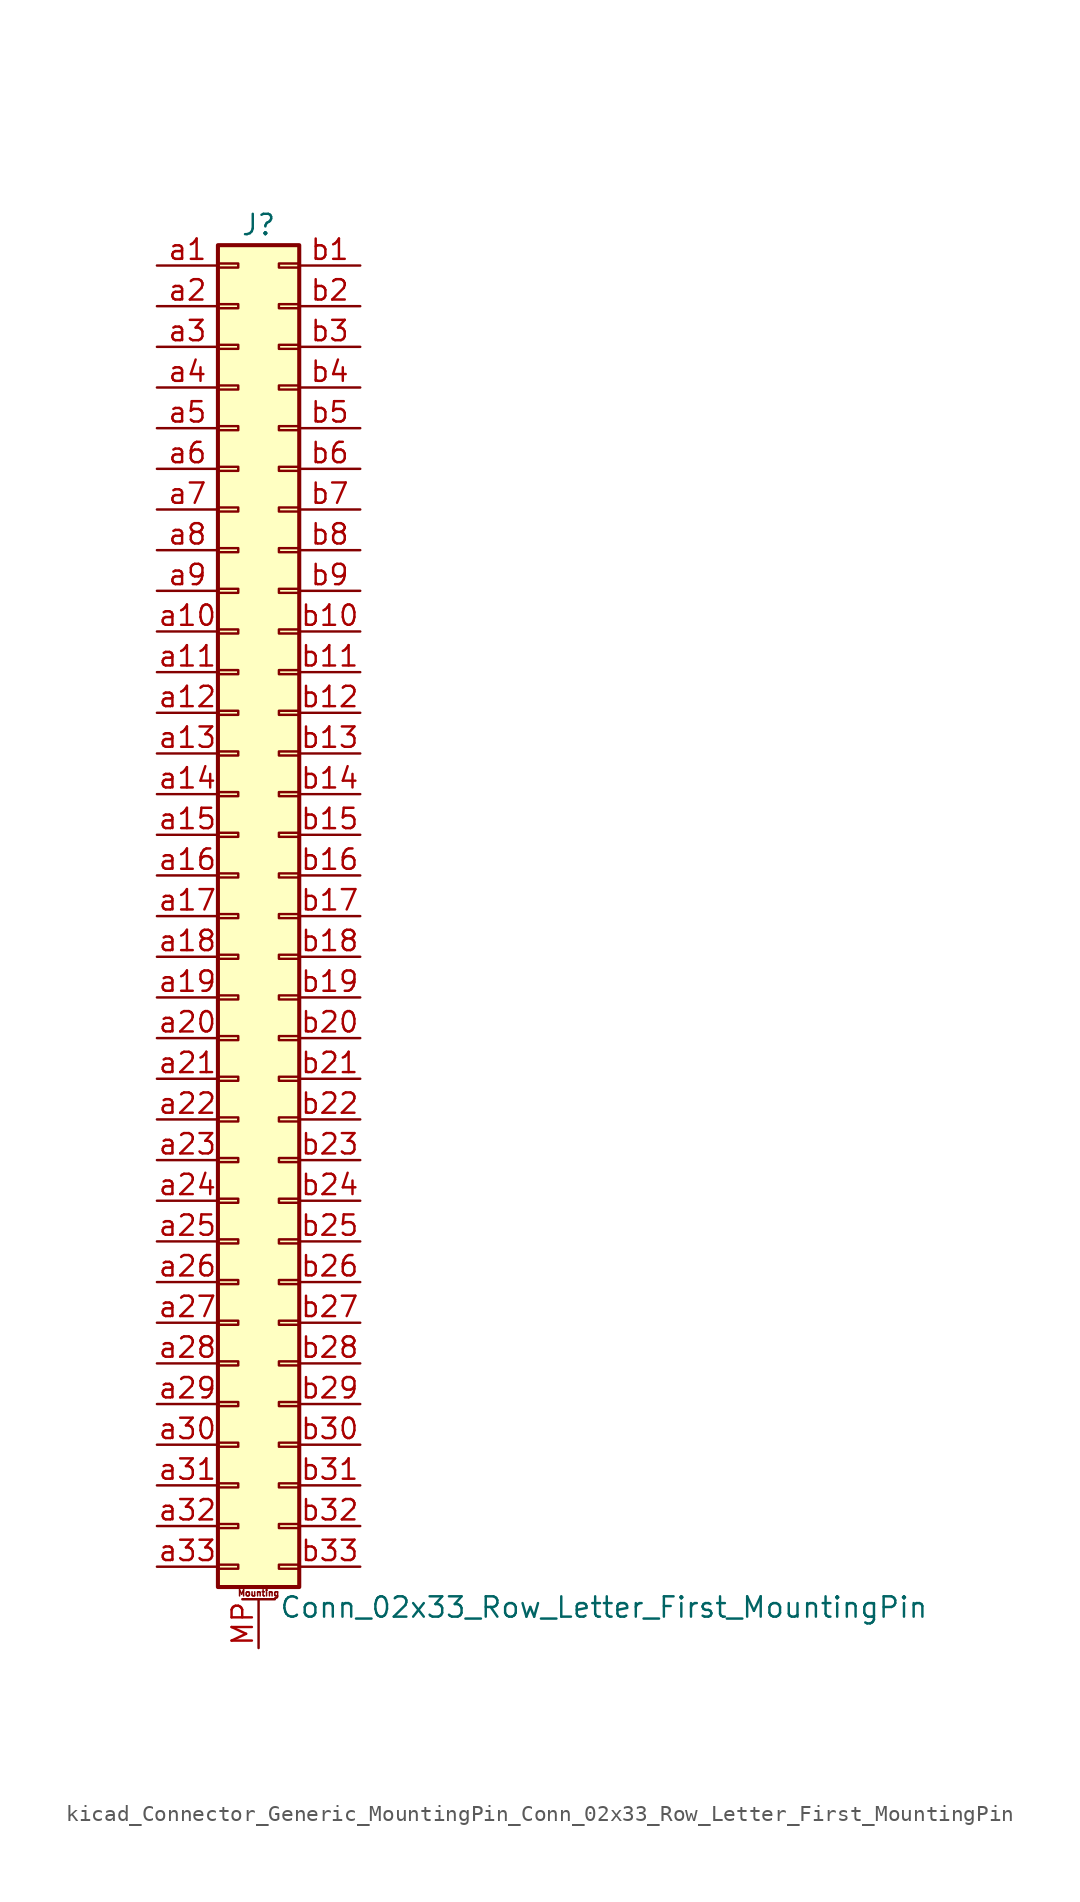
<source format=kicad_sym>
(kicad_symbol_lib
  (version 20220914)
  (generator kicad_symbol_editor)
  (symbol "kicad_Connector_Generic_MountingPin_Conn_02x33_Row_Letter_First_MountingPin"
    (pin_names
      (offset 1.016) hide)
    (property "Reference" "J"
      (at 1.27 43.18 0)
      (effects (font (size 1.27 1.27))))
    (property "Value" "Conn_02x33_Row_Letter_First_MountingPin"
      (at 2.54 -43.18 0)
      (effects (font (size 1.27 1.27)) (justify left)))
    (symbol "kicad_Connector_Generic_MountingPin_Conn_02x33_Row_Letter_First_MountingPin_1_1"
      (rectangle (start -1.27 -40.513) (end 0 -40.767) (stroke (width 0.152) (type default)) (fill (type none)))
      (rectangle (start -1.27 -37.973) (end 0 -38.227) (stroke (width 0.152) (type default)) (fill (type none)))
      (rectangle (start -1.27 -35.433) (end 0 -35.687) (stroke (width 0.152) (type default)) (fill (type none)))
      (rectangle (start -1.27 -32.893) (end 0 -33.147) (stroke (width 0.152) (type default)) (fill (type none)))
      (rectangle (start -1.27 -30.353) (end 0 -30.607) (stroke (width 0.152) (type default)) (fill (type none)))
      (rectangle (start -1.27 -27.813) (end 0 -28.067) (stroke (width 0.152) (type default)) (fill (type none)))
      (rectangle (start -1.27 -25.273) (end 0 -25.527) (stroke (width 0.152) (type default)) (fill (type none)))
      (rectangle (start -1.27 -22.733) (end 0 -22.987) (stroke (width 0.152) (type default)) (fill (type none)))
      (rectangle (start -1.27 -20.193) (end 0 -20.447) (stroke (width 0.152) (type default)) (fill (type none)))
      (rectangle (start -1.27 -17.653) (end 0 -17.907) (stroke (width 0.152) (type default)) (fill (type none)))
      (rectangle (start -1.27 -15.113) (end 0 -15.367) (stroke (width 0.152) (type default)) (fill (type none)))
      (rectangle (start -1.27 -12.573) (end 0 -12.827) (stroke (width 0.152) (type default)) (fill (type none)))
      (rectangle (start -1.27 -10.033) (end 0 -10.287) (stroke (width 0.152) (type default)) (fill (type none)))
      (rectangle (start -1.27 -7.493) (end 0 -7.747) (stroke (width 0.152) (type default)) (fill (type none)))
      (rectangle (start -1.27 -4.953) (end 0 -5.207) (stroke (width 0.152) (type default)) (fill (type none)))
      (rectangle (start -1.27 -2.413) (end 0 -2.667) (stroke (width 0.152) (type default)) (fill (type none)))
      (rectangle (start -1.27 0.127) (end 0 -0.127) (stroke (width 0.152) (type default)) (fill (type none)))
      (rectangle (start -1.27 2.667) (end 0 2.413) (stroke (width 0.152) (type default)) (fill (type none)))
      (rectangle (start -1.27 5.207) (end 0 4.953) (stroke (width 0.152) (type default)) (fill (type none)))
      (rectangle (start -1.27 7.747) (end 0 7.493) (stroke (width 0.152) (type default)) (fill (type none)))
      (rectangle (start -1.27 10.287) (end 0 10.033) (stroke (width 0.152) (type default)) (fill (type none)))
      (rectangle (start -1.27 12.827) (end 0 12.573) (stroke (width 0.152) (type default)) (fill (type none)))
      (rectangle (start -1.27 15.367) (end 0 15.113) (stroke (width 0.152) (type default)) (fill (type none)))
      (rectangle (start -1.27 17.907) (end 0 17.653) (stroke (width 0.152) (type default)) (fill (type none)))
      (rectangle (start -1.27 20.447) (end 0 20.193) (stroke (width 0.152) (type default)) (fill (type none)))
      (rectangle (start -1.27 22.987) (end 0 22.733) (stroke (width 0.152) (type default)) (fill (type none)))
      (rectangle (start -1.27 25.527) (end 0 25.273) (stroke (width 0.152) (type default)) (fill (type none)))
      (rectangle (start -1.27 28.067) (end 0 27.813) (stroke (width 0.152) (type default)) (fill (type none)))
      (rectangle (start -1.27 30.607) (end 0 30.353) (stroke (width 0.152) (type default)) (fill (type none)))
      (rectangle (start -1.27 33.147) (end 0 32.893) (stroke (width 0.152) (type default)) (fill (type none)))
      (rectangle (start -1.27 35.687) (end 0 35.433) (stroke (width 0.152) (type default)) (fill (type none)))
      (rectangle (start -1.27 38.227) (end 0 37.973) (stroke (width 0.152) (type default)) (fill (type none)))
      (rectangle (start -1.27 40.767) (end 0 40.513) (stroke (width 0.152) (type default)) (fill (type none)))
      (rectangle (start -1.27 41.91) (end 3.81 -41.91) (stroke (width 0.254) (type default)) (fill (type background)))
      (polyline (pts (xy 0.254 -42.672) (xy 2.286 -42.672)) (stroke (width 0.152) (type default)) (fill (type none)))
      (rectangle (start 3.81 -40.513) (end 2.54 -40.767) (stroke (width 0.152) (type default)) (fill (type none)))
      (rectangle (start 3.81 -37.973) (end 2.54 -38.227) (stroke (width 0.152) (type default)) (fill (type none)))
      (rectangle (start 3.81 -35.433) (end 2.54 -35.687) (stroke (width 0.152) (type default)) (fill (type none)))
      (rectangle (start 3.81 -32.893) (end 2.54 -33.147) (stroke (width 0.152) (type default)) (fill (type none)))
      (rectangle (start 3.81 -30.353) (end 2.54 -30.607) (stroke (width 0.152) (type default)) (fill (type none)))
      (rectangle (start 3.81 -27.813) (end 2.54 -28.067) (stroke (width 0.152) (type default)) (fill (type none)))
      (rectangle (start 3.81 -25.273) (end 2.54 -25.527) (stroke (width 0.152) (type default)) (fill (type none)))
      (rectangle (start 3.81 -22.733) (end 2.54 -22.987) (stroke (width 0.152) (type default)) (fill (type none)))
      (rectangle (start 3.81 -20.193) (end 2.54 -20.447) (stroke (width 0.152) (type default)) (fill (type none)))
      (rectangle (start 3.81 -17.653) (end 2.54 -17.907) (stroke (width 0.152) (type default)) (fill (type none)))
      (rectangle (start 3.81 -15.113) (end 2.54 -15.367) (stroke (width 0.152) (type default)) (fill (type none)))
      (rectangle (start 3.81 -12.573) (end 2.54 -12.827) (stroke (width 0.152) (type default)) (fill (type none)))
      (rectangle (start 3.81 -10.033) (end 2.54 -10.287) (stroke (width 0.152) (type default)) (fill (type none)))
      (rectangle (start 3.81 -7.493) (end 2.54 -7.747) (stroke (width 0.152) (type default)) (fill (type none)))
      (rectangle (start 3.81 -4.953) (end 2.54 -5.207) (stroke (width 0.152) (type default)) (fill (type none)))
      (rectangle (start 3.81 -2.413) (end 2.54 -2.667) (stroke (width 0.152) (type default)) (fill (type none)))
      (rectangle (start 3.81 0.127) (end 2.54 -0.127) (stroke (width 0.152) (type default)) (fill (type none)))
      (rectangle (start 3.81 2.667) (end 2.54 2.413) (stroke (width 0.152) (type default)) (fill (type none)))
      (rectangle (start 3.81 5.207) (end 2.54 4.953) (stroke (width 0.152) (type default)) (fill (type none)))
      (rectangle (start 3.81 7.747) (end 2.54 7.493) (stroke (width 0.152) (type default)) (fill (type none)))
      (rectangle (start 3.81 10.287) (end 2.54 10.033) (stroke (width 0.152) (type default)) (fill (type none)))
      (rectangle (start 3.81 12.827) (end 2.54 12.573) (stroke (width 0.152) (type default)) (fill (type none)))
      (rectangle (start 3.81 15.367) (end 2.54 15.113) (stroke (width 0.152) (type default)) (fill (type none)))
      (rectangle (start 3.81 17.907) (end 2.54 17.653) (stroke (width 0.152) (type default)) (fill (type none)))
      (rectangle (start 3.81 20.447) (end 2.54 20.193) (stroke (width 0.152) (type default)) (fill (type none)))
      (rectangle (start 3.81 22.987) (end 2.54 22.733) (stroke (width 0.152) (type default)) (fill (type none)))
      (rectangle (start 3.81 25.527) (end 2.54 25.273) (stroke (width 0.152) (type default)) (fill (type none)))
      (rectangle (start 3.81 28.067) (end 2.54 27.813) (stroke (width 0.152) (type default)) (fill (type none)))
      (rectangle (start 3.81 30.607) (end 2.54 30.353) (stroke (width 0.152) (type default)) (fill (type none)))
      (rectangle (start 3.81 33.147) (end 2.54 32.893) (stroke (width 0.152) (type default)) (fill (type none)))
      (rectangle (start 3.81 35.687) (end 2.54 35.433) (stroke (width 0.152) (type default)) (fill (type none)))
      (rectangle (start 3.81 38.227) (end 2.54 37.973) (stroke (width 0.152) (type default)) (fill (type none)))
      (rectangle (start 3.81 40.767) (end 2.54 40.513) (stroke (width 0.152) (type default)) (fill (type none)))
      (text "Mounting" (at 1.27 -42.291 0) (effects (font (size 0.381 0.381))))
      (pin passive line (at 1.27 -45.72 90) (length 3.048) (name "MountPin" (effects (font (size 1.27 1.27)))) (number "MP" (effects (font (size 1.27 1.27)))))
      (pin passive line (at -5.08 40.64 0) (length 3.81) (name "Pin_a1" (effects (font (size 1.27 1.27)))) (number "a1" (effects (font (size 1.27 1.27)))))
      (pin passive line (at -5.08 17.78 0) (length 3.81) (name "Pin_a10" (effects (font (size 1.27 1.27)))) (number "a10" (effects (font (size 1.27 1.27)))))
      (pin passive line (at -5.08 15.24 0) (length 3.81) (name "Pin_a11" (effects (font (size 1.27 1.27)))) (number "a11" (effects (font (size 1.27 1.27)))))
      (pin passive line (at -5.08 12.7 0) (length 3.81) (name "Pin_a12" (effects (font (size 1.27 1.27)))) (number "a12" (effects (font (size 1.27 1.27)))))
      (pin passive line (at -5.08 10.16 0) (length 3.81) (name "Pin_a13" (effects (font (size 1.27 1.27)))) (number "a13" (effects (font (size 1.27 1.27)))))
      (pin passive line (at -5.08 7.62 0) (length 3.81) (name "Pin_a14" (effects (font (size 1.27 1.27)))) (number "a14" (effects (font (size 1.27 1.27)))))
      (pin passive line (at -5.08 5.08 0) (length 3.81) (name "Pin_a15" (effects (font (size 1.27 1.27)))) (number "a15" (effects (font (size 1.27 1.27)))))
      (pin passive line (at -5.08 2.54 0) (length 3.81) (name "Pin_a16" (effects (font (size 1.27 1.27)))) (number "a16" (effects (font (size 1.27 1.27)))))
      (pin passive line (at -5.08 0 0) (length 3.81) (name "Pin_a17" (effects (font (size 1.27 1.27)))) (number "a17" (effects (font (size 1.27 1.27)))))
      (pin passive line (at -5.08 -2.54 0) (length 3.81) (name "Pin_a18" (effects (font (size 1.27 1.27)))) (number "a18" (effects (font (size 1.27 1.27)))))
      (pin passive line (at -5.08 -5.08 0) (length 3.81) (name "Pin_a19" (effects (font (size 1.27 1.27)))) (number "a19" (effects (font (size 1.27 1.27)))))
      (pin passive line (at -5.08 38.1 0) (length 3.81) (name "Pin_a2" (effects (font (size 1.27 1.27)))) (number "a2" (effects (font (size 1.27 1.27)))))
      (pin passive line (at -5.08 -7.62 0) (length 3.81) (name "Pin_a20" (effects (font (size 1.27 1.27)))) (number "a20" (effects (font (size 1.27 1.27)))))
      (pin passive line (at -5.08 -10.16 0) (length 3.81) (name "Pin_a21" (effects (font (size 1.27 1.27)))) (number "a21" (effects (font (size 1.27 1.27)))))
      (pin passive line (at -5.08 -12.7 0) (length 3.81) (name "Pin_a22" (effects (font (size 1.27 1.27)))) (number "a22" (effects (font (size 1.27 1.27)))))
      (pin passive line (at -5.08 -15.24 0) (length 3.81) (name "Pin_a23" (effects (font (size 1.27 1.27)))) (number "a23" (effects (font (size 1.27 1.27)))))
      (pin passive line (at -5.08 -17.78 0) (length 3.81) (name "Pin_a24" (effects (font (size 1.27 1.27)))) (number "a24" (effects (font (size 1.27 1.27)))))
      (pin passive line (at -5.08 -20.32 0) (length 3.81) (name "Pin_a25" (effects (font (size 1.27 1.27)))) (number "a25" (effects (font (size 1.27 1.27)))))
      (pin passive line (at -5.08 -22.86 0) (length 3.81) (name "Pin_a26" (effects (font (size 1.27 1.27)))) (number "a26" (effects (font (size 1.27 1.27)))))
      (pin passive line (at -5.08 -25.4 0) (length 3.81) (name "Pin_a27" (effects (font (size 1.27 1.27)))) (number "a27" (effects (font (size 1.27 1.27)))))
      (pin passive line (at -5.08 -27.94 0) (length 3.81) (name "Pin_a28" (effects (font (size 1.27 1.27)))) (number "a28" (effects (font (size 1.27 1.27)))))
      (pin passive line (at -5.08 -30.48 0) (length 3.81) (name "Pin_a29" (effects (font (size 1.27 1.27)))) (number "a29" (effects (font (size 1.27 1.27)))))
      (pin passive line (at -5.08 35.56 0) (length 3.81) (name "Pin_a3" (effects (font (size 1.27 1.27)))) (number "a3" (effects (font (size 1.27 1.27)))))
      (pin passive line (at -5.08 -33.02 0) (length 3.81) (name "Pin_a30" (effects (font (size 1.27 1.27)))) (number "a30" (effects (font (size 1.27 1.27)))))
      (pin passive line (at -5.08 -35.56 0) (length 3.81) (name "Pin_a31" (effects (font (size 1.27 1.27)))) (number "a31" (effects (font (size 1.27 1.27)))))
      (pin passive line (at -5.08 -38.1 0) (length 3.81) (name "Pin_a32" (effects (font (size 1.27 1.27)))) (number "a32" (effects (font (size 1.27 1.27)))))
      (pin passive line (at -5.08 -40.64 0) (length 3.81) (name "Pin_a33" (effects (font (size 1.27 1.27)))) (number "a33" (effects (font (size 1.27 1.27)))))
      (pin passive line (at -5.08 33.02 0) (length 3.81) (name "Pin_a4" (effects (font (size 1.27 1.27)))) (number "a4" (effects (font (size 1.27 1.27)))))
      (pin passive line (at -5.08 30.48 0) (length 3.81) (name "Pin_a5" (effects (font (size 1.27 1.27)))) (number "a5" (effects (font (size 1.27 1.27)))))
      (pin passive line (at -5.08 27.94 0) (length 3.81) (name "Pin_a6" (effects (font (size 1.27 1.27)))) (number "a6" (effects (font (size 1.27 1.27)))))
      (pin passive line (at -5.08 25.4 0) (length 3.81) (name "Pin_a7" (effects (font (size 1.27 1.27)))) (number "a7" (effects (font (size 1.27 1.27)))))
      (pin passive line (at -5.08 22.86 0) (length 3.81) (name "Pin_a8" (effects (font (size 1.27 1.27)))) (number "a8" (effects (font (size 1.27 1.27)))))
      (pin passive line (at -5.08 20.32 0) (length 3.81) (name "Pin_a9" (effects (font (size 1.27 1.27)))) (number "a9" (effects (font (size 1.27 1.27)))))
      (pin passive line (at 7.62 40.64 180) (length 3.81) (name "Pin_b1" (effects (font (size 1.27 1.27)))) (number "b1" (effects (font (size 1.27 1.27)))))
      (pin passive line (at 7.62 17.78 180) (length 3.81) (name "Pin_b10" (effects (font (size 1.27 1.27)))) (number "b10" (effects (font (size 1.27 1.27)))))
      (pin passive line (at 7.62 15.24 180) (length 3.81) (name "Pin_b11" (effects (font (size 1.27 1.27)))) (number "b11" (effects (font (size 1.27 1.27)))))
      (pin passive line (at 7.62 12.7 180) (length 3.81) (name "Pin_b12" (effects (font (size 1.27 1.27)))) (number "b12" (effects (font (size 1.27 1.27)))))
      (pin passive line (at 7.62 10.16 180) (length 3.81) (name "Pin_b13" (effects (font (size 1.27 1.27)))) (number "b13" (effects (font (size 1.27 1.27)))))
      (pin passive line (at 7.62 7.62 180) (length 3.81) (name "Pin_b14" (effects (font (size 1.27 1.27)))) (number "b14" (effects (font (size 1.27 1.27)))))
      (pin passive line (at 7.62 5.08 180) (length 3.81) (name "Pin_b15" (effects (font (size 1.27 1.27)))) (number "b15" (effects (font (size 1.27 1.27)))))
      (pin passive line (at 7.62 2.54 180) (length 3.81) (name "Pin_b16" (effects (font (size 1.27 1.27)))) (number "b16" (effects (font (size 1.27 1.27)))))
      (pin passive line (at 7.62 0 180) (length 3.81) (name "Pin_b17" (effects (font (size 1.27 1.27)))) (number "b17" (effects (font (size 1.27 1.27)))))
      (pin passive line (at 7.62 -2.54 180) (length 3.81) (name "Pin_b18" (effects (font (size 1.27 1.27)))) (number "b18" (effects (font (size 1.27 1.27)))))
      (pin passive line (at 7.62 -5.08 180) (length 3.81) (name "Pin_b19" (effects (font (size 1.27 1.27)))) (number "b19" (effects (font (size 1.27 1.27)))))
      (pin passive line (at 7.62 38.1 180) (length 3.81) (name "Pin_b2" (effects (font (size 1.27 1.27)))) (number "b2" (effects (font (size 1.27 1.27)))))
      (pin passive line (at 7.62 -7.62 180) (length 3.81) (name "Pin_b20" (effects (font (size 1.27 1.27)))) (number "b20" (effects (font (size 1.27 1.27)))))
      (pin passive line (at 7.62 -10.16 180) (length 3.81) (name "Pin_b21" (effects (font (size 1.27 1.27)))) (number "b21" (effects (font (size 1.27 1.27)))))
      (pin passive line (at 7.62 -12.7 180) (length 3.81) (name "Pin_b22" (effects (font (size 1.27 1.27)))) (number "b22" (effects (font (size 1.27 1.27)))))
      (pin passive line (at 7.62 -15.24 180) (length 3.81) (name "Pin_b23" (effects (font (size 1.27 1.27)))) (number "b23" (effects (font (size 1.27 1.27)))))
      (pin passive line (at 7.62 -17.78 180) (length 3.81) (name "Pin_b24" (effects (font (size 1.27 1.27)))) (number "b24" (effects (font (size 1.27 1.27)))))
      (pin passive line (at 7.62 -20.32 180) (length 3.81) (name "Pin_b25" (effects (font (size 1.27 1.27)))) (number "b25" (effects (font (size 1.27 1.27)))))
      (pin passive line (at 7.62 -22.86 180) (length 3.81) (name "Pin_b26" (effects (font (size 1.27 1.27)))) (number "b26" (effects (font (size 1.27 1.27)))))
      (pin passive line (at 7.62 -25.4 180) (length 3.81) (name "Pin_b27" (effects (font (size 1.27 1.27)))) (number "b27" (effects (font (size 1.27 1.27)))))
      (pin passive line (at 7.62 -27.94 180) (length 3.81) (name "Pin_b28" (effects (font (size 1.27 1.27)))) (number "b28" (effects (font (size 1.27 1.27)))))
      (pin passive line (at 7.62 -30.48 180) (length 3.81) (name "Pin_b29" (effects (font (size 1.27 1.27)))) (number "b29" (effects (font (size 1.27 1.27)))))
      (pin passive line (at 7.62 35.56 180) (length 3.81) (name "Pin_b3" (effects (font (size 1.27 1.27)))) (number "b3" (effects (font (size 1.27 1.27)))))
      (pin passive line (at 7.62 -33.02 180) (length 3.81) (name "Pin_b30" (effects (font (size 1.27 1.27)))) (number "b30" (effects (font (size 1.27 1.27)))))
      (pin passive line (at 7.62 -35.56 180) (length 3.81) (name "Pin_b31" (effects (font (size 1.27 1.27)))) (number "b31" (effects (font (size 1.27 1.27)))))
      (pin passive line (at 7.62 -38.1 180) (length 3.81) (name "Pin_b32" (effects (font (size 1.27 1.27)))) (number "b32" (effects (font (size 1.27 1.27)))))
      (pin passive line (at 7.62 -40.64 180) (length 3.81) (name "Pin_b33" (effects (font (size 1.27 1.27)))) (number "b33" (effects (font (size 1.27 1.27)))))
      (pin passive line (at 7.62 33.02 180) (length 3.81) (name "Pin_b4" (effects (font (size 1.27 1.27)))) (number "b4" (effects (font (size 1.27 1.27)))))
      (pin passive line (at 7.62 30.48 180) (length 3.81) (name "Pin_b5" (effects (font (size 1.27 1.27)))) (number "b5" (effects (font (size 1.27 1.27)))))
      (pin passive line (at 7.62 27.94 180) (length 3.81) (name "Pin_b6" (effects (font (size 1.27 1.27)))) (number "b6" (effects (font (size 1.27 1.27)))))
      (pin passive line (at 7.62 25.4 180) (length 3.81) (name "Pin_b7" (effects (font (size 1.27 1.27)))) (number "b7" (effects (font (size 1.27 1.27)))))
      (pin passive line (at 7.62 22.86 180) (length 3.81) (name "Pin_b8" (effects (font (size 1.27 1.27)))) (number "b8" (effects (font (size 1.27 1.27)))))
      (pin passive line (at 7.62 20.32 180) (length 3.81) (name "Pin_b9" (effects (font (size 1.27 1.27)))) (number "b9" (effects (font (size 1.27 1.27))))))))
</source>
